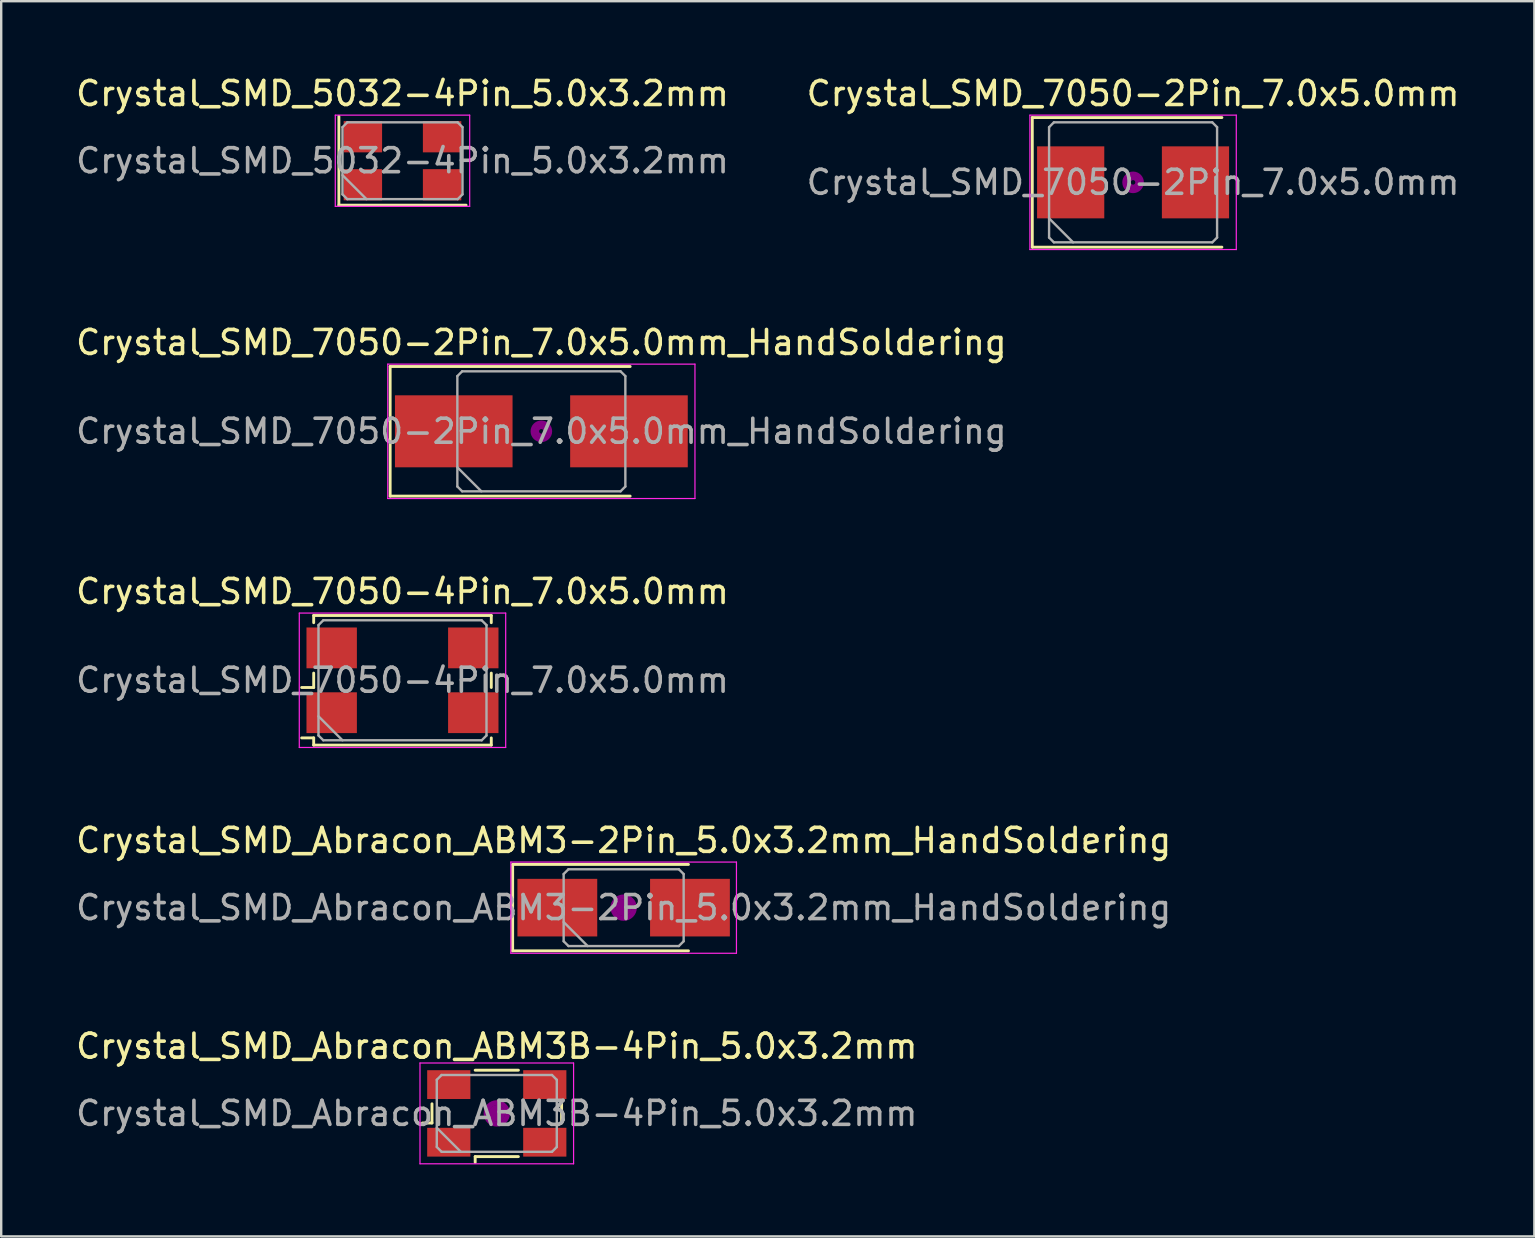
<source format=kicad_pcb>
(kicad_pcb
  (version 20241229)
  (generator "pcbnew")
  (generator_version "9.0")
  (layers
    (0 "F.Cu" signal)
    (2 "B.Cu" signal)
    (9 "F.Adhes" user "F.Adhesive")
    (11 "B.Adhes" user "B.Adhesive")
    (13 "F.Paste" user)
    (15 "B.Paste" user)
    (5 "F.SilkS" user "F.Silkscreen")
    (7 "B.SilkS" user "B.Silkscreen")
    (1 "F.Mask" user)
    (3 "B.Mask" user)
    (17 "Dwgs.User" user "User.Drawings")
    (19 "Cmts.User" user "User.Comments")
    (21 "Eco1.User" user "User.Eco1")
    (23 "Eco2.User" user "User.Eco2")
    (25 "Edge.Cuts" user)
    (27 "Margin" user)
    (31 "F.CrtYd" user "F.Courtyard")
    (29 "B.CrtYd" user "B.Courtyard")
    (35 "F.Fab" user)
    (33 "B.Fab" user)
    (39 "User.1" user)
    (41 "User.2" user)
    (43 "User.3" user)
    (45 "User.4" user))
  (footprint "Crystal_SMD_Abracon_ABM3B-4Pin_5.0x3.2mm"
    (layer "F.Cu")
    (at 17.649 43.341)
    (property "Reference" "Crystal_SMD_Abracon_ABM3B-4Pin_5.0x3.2mm" (at 0 -2.8 0) (layer "F.SilkS") (effects (font (size 1 1) (thickness 0.15))))
    (attr smd)
    (fp_line (start -3.1 0.4) (end -2.7 0.4) (stroke (width 0.12) (type solid)) (layer "F.SilkS"))
    (fp_line (start -2.7 0.4) (end -2.7 -0.4) (stroke (width 0.12) (type solid)) (layer "F.SilkS"))
    (fp_line (start -0.9 -1.8) (end 0.9 -1.8) (stroke (width 0.12) (type solid)) (layer "F.SilkS"))
    (fp_line (start -0.9 1.8) (end -0.9 2.04) (stroke (width 0.12) (type solid)) (layer "F.SilkS"))
    (fp_line (start 0.9 1.8) (end -0.9 1.8) (stroke (width 0.12) (type solid)) (layer "F.SilkS"))
    (fp_line (start 2.7 -0.4) (end 2.7 0.4) (stroke (width 0.12) (type solid)) (layer "F.SilkS"))
    (fp_circle (center 0 0) (end 0.117 0) (stroke (width 0.233) (type solid)) (fill no) (layer "F.Adhes"))
    (fp_circle (center 0 0) (end 0.267 0) (stroke (width 0.167) (type solid)) (fill no) (layer "F.Adhes"))
    (fp_circle (center 0 0) (end 0.417 0) (stroke (width 0.167) (type solid)) (fill no) (layer "F.Adhes"))
    (fp_circle (center 0 0) (end 0.5 0) (stroke (width 0.1) (type solid)) (fill no) (layer "F.Adhes"))
    (fp_line (start -3.2 -2.1) (end -3.2 2.1) (stroke (width 0.05) (type solid)) (layer "F.CrtYd"))
    (fp_line (start -3.2 2.1) (end 3.2 2.1) (stroke (width 0.05) (type solid)) (layer "F.CrtYd"))
    (fp_line (start 3.2 -2.1) (end -3.2 -2.1) (stroke (width 0.05) (type solid)) (layer "F.CrtYd"))
    (fp_line (start 3.2 2.1) (end 3.2 -2.1) (stroke (width 0.05) (type solid)) (layer "F.CrtYd"))
    (fp_line (start -2.5 -1.4) (end -2.3 -1.6) (stroke (width 0.1) (type solid)) (layer "F.Fab"))
    (fp_line (start -2.5 0.6) (end -1.5 1.6) (stroke (width 0.1) (type solid)) (layer "F.Fab"))
    (fp_line (start -2.5 1.4) (end -2.5 -1.4) (stroke (width 0.1) (type solid)) (layer "F.Fab"))
    (fp_line (start -2.3 -1.6) (end 2.3 -1.6) (stroke (width 0.1) (type solid)) (layer "F.Fab"))
    (fp_line (start -2.3 1.6) (end -2.5 1.4) (stroke (width 0.1) (type solid)) (layer "F.Fab"))
    (fp_line (start 2.3 -1.6) (end 2.5 -1.4) (stroke (width 0.1) (type solid)) (layer "F.Fab"))
    (fp_line (start 2.3 1.6) (end -2.3 1.6) (stroke (width 0.1) (type solid)) (layer "F.Fab"))
    (fp_line (start 2.5 -1.4) (end 2.5 1.4) (stroke (width 0.1) (type solid)) (layer "F.Fab"))
    (fp_line (start 2.5 1.4) (end 2.3 1.6) (stroke (width 0.1) (type solid)) (layer "F.Fab"))
    (fp_text user "${REFERENCE}" (at 0 0 0) (layer "F.Fab") (effects (font (size 1 1) (thickness 0.15))))
    (pad "1" smd rect (at -2 1.2) (size 1.8 1.2) (layers "F.Cu" "F.Mask" "F.Paste"))
    (pad "2" smd rect (at 2 1.2) (size 1.8 1.2) (layers "F.Cu" "F.Mask" "F.Paste"))
    (pad "3" smd rect (at 2 -1.2) (size 1.8 1.2) (layers "F.Cu" "F.Mask" "F.Paste"))
    (pad "4" smd rect (at -2 -1.2) (size 1.8 1.2) (layers "F.Cu" "F.Mask" "F.Paste")))
  (footprint "Crystal_SMD_Abracon_ABM3-2Pin_5.0x3.2mm_HandSoldering"
    (layer "F.Cu")
    (at 22.935 34.768)
    (property "Reference" "Crystal_SMD_Abracon_ABM3-2Pin_5.0x3.2mm_HandSoldering" (at 0 -2.8 0) (layer "F.SilkS") (effects (font (size 1 1) (thickness 0.15))))
    (attr smd)
    (fp_line (start -4.625 -1.8) (end -4.625 1.8) (stroke (width 0.12) (type solid)) (layer "F.SilkS"))
    (fp_line (start -4.625 1.8) (end 2.7 1.8) (stroke (width 0.12) (type solid)) (layer "F.SilkS"))
    (fp_line (start 2.7 -1.8) (end -4.625 -1.8) (stroke (width 0.12) (type solid)) (layer "F.SilkS"))
    (fp_circle (center 0 0) (end 0.117 0) (stroke (width 0.233) (type solid)) (fill no) (layer "F.Adhes"))
    (fp_circle (center 0 0) (end 0.267 0) (stroke (width 0.167) (type solid)) (fill no) (layer "F.Adhes"))
    (fp_circle (center 0 0) (end 0.417 0) (stroke (width 0.167) (type solid)) (fill no) (layer "F.Adhes"))
    (fp_circle (center 0 0) (end 0.5 0) (stroke (width 0.1) (type solid)) (fill no) (layer "F.Adhes"))
    (fp_line (start -4.7 -1.9) (end -4.7 1.9) (stroke (width 0.05) (type solid)) (layer "F.CrtYd"))
    (fp_line (start -4.7 1.9) (end 4.7 1.9) (stroke (width 0.05) (type solid)) (layer "F.CrtYd"))
    (fp_line (start 4.7 -1.9) (end -4.7 -1.9) (stroke (width 0.05) (type solid)) (layer "F.CrtYd"))
    (fp_line (start 4.7 1.9) (end 4.7 -1.9) (stroke (width 0.05) (type solid)) (layer "F.CrtYd"))
    (fp_line (start -2.5 -1.4) (end -2.3 -1.6) (stroke (width 0.1) (type solid)) (layer "F.Fab"))
    (fp_line (start -2.5 0.6) (end -1.5 1.6) (stroke (width 0.1) (type solid)) (layer "F.Fab"))
    (fp_line (start -2.5 1.4) (end -2.5 -1.4) (stroke (width 0.1) (type solid)) (layer "F.Fab"))
    (fp_line (start -2.3 -1.6) (end 2.3 -1.6) (stroke (width 0.1) (type solid)) (layer "F.Fab"))
    (fp_line (start -2.3 1.6) (end -2.5 1.4) (stroke (width 0.1) (type solid)) (layer "F.Fab"))
    (fp_line (start 2.3 -1.6) (end 2.5 -1.4) (stroke (width 0.1) (type solid)) (layer "F.Fab"))
    (fp_line (start 2.3 1.6) (end -2.3 1.6) (stroke (width 0.1) (type solid)) (layer "F.Fab"))
    (fp_line (start 2.5 -1.4) (end 2.5 1.4) (stroke (width 0.1) (type solid)) (layer "F.Fab"))
    (fp_line (start 2.5 1.4) (end 2.3 1.6) (stroke (width 0.1) (type solid)) (layer "F.Fab"))
    (fp_text user "${REFERENCE}" (at 0 0 0) (layer "F.Fab") (effects (font (size 1 1) (thickness 0.15))))
    (pad "1" smd rect (at -2.763 0) (size 3.325 2.4) (layers "F.Cu" "F.Mask" "F.Paste"))
    (pad "2" smd rect (at 2.763 0) (size 3.325 2.4) (layers "F.Cu" "F.Mask" "F.Paste")))
  (footprint "Crystal_SMD_7050-2Pin_7.0x5.0mm"
    (layer "F.Cu")
    (at 44.161 4.548)
    (property "Reference" "Crystal_SMD_7050-2Pin_7.0x5.0mm" (at 0 -3.7 0) (layer "F.SilkS") (effects (font (size 1 1) (thickness 0.15))))
    (attr smd)
    (fp_line (start -4.2 -2.7) (end -4.2 2.7) (stroke (width 0.12) (type solid)) (layer "F.SilkS"))
    (fp_line (start -4.2 2.7) (end 3.7 2.7) (stroke (width 0.12) (type solid)) (layer "F.SilkS"))
    (fp_line (start 3.7 -2.7) (end -4.2 -2.7) (stroke (width 0.12) (type solid)) (layer "F.SilkS"))
    (fp_circle (center 0 0) (end 0.093 0) (stroke (width 0.187) (type solid)) (fill no) (layer "F.Adhes"))
    (fp_circle (center 0 0) (end 0.213 0) (stroke (width 0.133) (type solid)) (fill no) (layer "F.Adhes"))
    (fp_circle (center 0 0) (end 0.333 0) (stroke (width 0.133) (type solid)) (fill no) (layer "F.Adhes"))
    (fp_circle (center 0 0) (end 0.4 0) (stroke (width 0.1) (type solid)) (fill no) (layer "F.Adhes"))
    (fp_line (start -4.3 -2.8) (end -4.3 2.8) (stroke (width 0.05) (type solid)) (layer "F.CrtYd"))
    (fp_line (start -4.3 2.8) (end 4.3 2.8) (stroke (width 0.05) (type solid)) (layer "F.CrtYd"))
    (fp_line (start 4.3 -2.8) (end -4.3 -2.8) (stroke (width 0.05) (type solid)) (layer "F.CrtYd"))
    (fp_line (start 4.3 2.8) (end 4.3 -2.8) (stroke (width 0.05) (type solid)) (layer "F.CrtYd"))
    (fp_line (start -3.5 -2.3) (end -3.3 -2.5) (stroke (width 0.1) (type solid)) (layer "F.Fab"))
    (fp_line (start -3.5 1.5) (end -2.5 2.5) (stroke (width 0.1) (type solid)) (layer "F.Fab"))
    (fp_line (start -3.5 2.3) (end -3.5 -2.3) (stroke (width 0.1) (type solid)) (layer "F.Fab"))
    (fp_line (start -3.3 -2.5) (end 3.3 -2.5) (stroke (width 0.1) (type solid)) (layer "F.Fab"))
    (fp_line (start -3.3 2.5) (end -3.5 2.3) (stroke (width 0.1) (type solid)) (layer "F.Fab"))
    (fp_line (start 3.3 -2.5) (end 3.5 -2.3) (stroke (width 0.1) (type solid)) (layer "F.Fab"))
    (fp_line (start 3.3 2.5) (end -3.3 2.5) (stroke (width 0.1) (type solid)) (layer "F.Fab"))
    (fp_line (start 3.5 -2.3) (end 3.5 2.3) (stroke (width 0.1) (type solid)) (layer "F.Fab"))
    (fp_line (start 3.5 2.3) (end 3.3 2.5) (stroke (width 0.1) (type solid)) (layer "F.Fab"))
    (fp_text user "${REFERENCE}" (at 0 0 0) (layer "F.Fab") (effects (font (size 1 1) (thickness 0.15))))
    (pad "1" smd rect (at -2.6 0) (size 2.8 3) (layers "F.Cu" "F.Mask" "F.Paste"))
    (pad "2" smd rect (at 2.6 0) (size 2.8 3) (layers "F.Cu" "F.Mask" "F.Paste")))
  (footprint "Crystal_SMD_7050-2Pin_7.0x5.0mm_HandSoldering"
    (layer "F.Cu")
    (at 19.506 14.921)
    (property "Reference" "Crystal_SMD_7050-2Pin_7.0x5.0mm_HandSoldering" (at 0 -3.7 0) (layer "F.SilkS") (effects (font (size 1 1) (thickness 0.15))))
    (attr smd)
    (fp_line (start -6.3 -2.7) (end -6.3 2.7) (stroke (width 0.12) (type solid)) (layer "F.SilkS"))
    (fp_line (start -6.3 2.7) (end 3.7 2.7) (stroke (width 0.12) (type solid)) (layer "F.SilkS"))
    (fp_line (start 3.7 -2.7) (end -6.3 -2.7) (stroke (width 0.12) (type solid)) (layer "F.SilkS"))
    (fp_circle (center 0 0) (end 0.093 0) (stroke (width 0.187) (type solid)) (fill no) (layer "F.Adhes"))
    (fp_circle (center 0 0) (end 0.213 0) (stroke (width 0.133) (type solid)) (fill no) (layer "F.Adhes"))
    (fp_circle (center 0 0) (end 0.333 0) (stroke (width 0.133) (type solid)) (fill no) (layer "F.Adhes"))
    (fp_circle (center 0 0) (end 0.4 0) (stroke (width 0.1) (type solid)) (fill no) (layer "F.Adhes"))
    (fp_line (start -6.4 -2.8) (end -6.4 2.8) (stroke (width 0.05) (type solid)) (layer "F.CrtYd"))
    (fp_line (start -6.4 2.8) (end 6.4 2.8) (stroke (width 0.05) (type solid)) (layer "F.CrtYd"))
    (fp_line (start 6.4 -2.8) (end -6.4 -2.8) (stroke (width 0.05) (type solid)) (layer "F.CrtYd"))
    (fp_line (start 6.4 2.8) (end 6.4 -2.8) (stroke (width 0.05) (type solid)) (layer "F.CrtYd"))
    (fp_line (start -3.5 -2.3) (end -3.3 -2.5) (stroke (width 0.1) (type solid)) (layer "F.Fab"))
    (fp_line (start -3.5 1.5) (end -2.5 2.5) (stroke (width 0.1) (type solid)) (layer "F.Fab"))
    (fp_line (start -3.5 2.3) (end -3.5 -2.3) (stroke (width 0.1) (type solid)) (layer "F.Fab"))
    (fp_line (start -3.3 -2.5) (end 3.3 -2.5) (stroke (width 0.1) (type solid)) (layer "F.Fab"))
    (fp_line (start -3.3 2.5) (end -3.5 2.3) (stroke (width 0.1) (type solid)) (layer "F.Fab"))
    (fp_line (start 3.3 -2.5) (end 3.5 -2.3) (stroke (width 0.1) (type solid)) (layer "F.Fab"))
    (fp_line (start 3.3 2.5) (end -3.3 2.5) (stroke (width 0.1) (type solid)) (layer "F.Fab"))
    (fp_line (start 3.5 -2.3) (end 3.5 2.3) (stroke (width 0.1) (type solid)) (layer "F.Fab"))
    (fp_line (start 3.5 2.3) (end 3.3 2.5) (stroke (width 0.1) (type solid)) (layer "F.Fab"))
    (fp_text user "${REFERENCE}" (at 0 0 0) (layer "F.Fab") (effects (font (size 1 1) (thickness 0.15))))
    (pad "1" smd rect (at -3.65 0) (size 4.9 3) (layers "F.Cu" "F.Mask" "F.Paste"))
    (pad "2" smd rect (at 3.65 0) (size 4.9 3) (layers "F.Cu" "F.Mask" "F.Paste")))
  (footprint "Crystal_SMD_5032-4Pin_5.0x3.2mm"
    (layer "F.Cu")
    (at 13.72 3.648)
    (property "Reference" "Crystal_SMD_5032-4Pin_5.0x3.2mm" (at 0 -2.8 0) (layer "F.SilkS") (effects (font (size 1 1) (thickness 0.15))))
    (attr smd)
    (fp_line (start -2.65 -1.85) (end -2.65 1.85) (stroke (width 0.12) (type solid)) (layer "F.SilkS"))
    (fp_line (start -2.65 1.85) (end 2.65 1.85) (stroke (width 0.12) (type solid)) (layer "F.SilkS"))
    (fp_line (start -2.8 -1.9) (end -2.8 1.9) (stroke (width 0.05) (type solid)) (layer "F.CrtYd"))
    (fp_line (start -2.8 1.9) (end 2.8 1.9) (stroke (width 0.05) (type solid)) (layer "F.CrtYd"))
    (fp_line (start 2.8 -1.9) (end -2.8 -1.9) (stroke (width 0.05) (type solid)) (layer "F.CrtYd"))
    (fp_line (start 2.8 1.9) (end 2.8 -1.9) (stroke (width 0.05) (type solid)) (layer "F.CrtYd"))
    (fp_line (start -2.5 -1.4) (end -2.3 -1.6) (stroke (width 0.1) (type solid)) (layer "F.Fab"))
    (fp_line (start -2.5 0.6) (end -1.5 1.6) (stroke (width 0.1) (type solid)) (layer "F.Fab"))
    (fp_line (start -2.5 1.4) (end -2.5 -1.4) (stroke (width 0.1) (type solid)) (layer "F.Fab"))
    (fp_line (start -2.3 -1.6) (end 2.3 -1.6) (stroke (width 0.1) (type solid)) (layer "F.Fab"))
    (fp_line (start -2.3 1.6) (end -2.5 1.4) (stroke (width 0.1) (type solid)) (layer "F.Fab"))
    (fp_line (start 2.3 -1.6) (end 2.5 -1.4) (stroke (width 0.1) (type solid)) (layer "F.Fab"))
    (fp_line (start 2.3 1.6) (end -2.3 1.6) (stroke (width 0.1) (type solid)) (layer "F.Fab"))
    (fp_line (start 2.5 -1.4) (end 2.5 1.4) (stroke (width 0.1) (type solid)) (layer "F.Fab"))
    (fp_line (start 2.5 1.4) (end 2.3 1.6) (stroke (width 0.1) (type solid)) (layer "F.Fab"))
    (fp_text user "${REFERENCE}" (at 0 0 0) (layer "F.Fab") (effects (font (size 1 1) (thickness 0.15))))
    (pad "1" smd rect (at -1.65 1) (size 1.6 1.3) (layers "F.Cu" "F.Mask" "F.Paste"))
    (pad "2" smd rect (at 1.65 1) (size 1.6 1.3) (layers "F.Cu" "F.Mask" "F.Paste"))
    (pad "3" smd rect (at 1.65 -1) (size 1.6 1.3) (layers "F.Cu" "F.Mask" "F.Paste"))
    (pad "4" smd rect (at -1.65 -1) (size 1.6 1.3) (layers "F.Cu" "F.Mask" "F.Paste")))
  (footprint "Crystal_SMD_7050-4Pin_7.0x5.0mm"
    (layer "F.Cu")
    (at 13.72 25.295)
    (property "Reference" "Crystal_SMD_7050-4Pin_7.0x5.0mm" (at 0 -3.7 0) (layer "F.SilkS") (effects (font (size 1 1) (thickness 0.15))))
    (attr smd)
    (fp_line (start -4.2 0.3) (end -3.7 0.3) (stroke (width 0.12) (type solid)) (layer "F.SilkS"))
    (fp_line (start -4.2 2.4) (end -3.7 2.4) (stroke (width 0.12) (type solid)) (layer "F.SilkS"))
    (fp_line (start -3.7 -2.7) (end 3.7 -2.7) (stroke (width 0.12) (type solid)) (layer "F.SilkS"))
    (fp_line (start -3.7 -2.4) (end -3.7 -2.7) (stroke (width 0.12) (type solid)) (layer "F.SilkS"))
    (fp_line (start -3.7 0.3) (end -3.7 -0.3) (stroke (width 0.12) (type solid)) (layer "F.SilkS"))
    (fp_line (start -3.7 2.4) (end -3.7 2.7) (stroke (width 0.12) (type solid)) (layer "F.SilkS"))
    (fp_line (start -3.7 2.7) (end 3.7 2.7) (stroke (width 0.12) (type solid)) (layer "F.SilkS"))
    (fp_line (start 3.7 -2.7) (end 3.7 -2.4) (stroke (width 0.12) (type solid)) (layer "F.SilkS"))
    (fp_line (start 3.7 -0.3) (end 3.7 0.3) (stroke (width 0.12) (type solid)) (layer "F.SilkS"))
    (fp_line (start 3.7 2.7) (end 3.7 2.4) (stroke (width 0.12) (type solid)) (layer "F.SilkS"))
    (fp_line (start -4.3 -2.8) (end -4.3 2.8) (stroke (width 0.05) (type solid)) (layer "F.CrtYd"))
    (fp_line (start -4.3 2.8) (end 4.3 2.8) (stroke (width 0.05) (type solid)) (layer "F.CrtYd"))
    (fp_line (start 4.3 -2.8) (end -4.3 -2.8) (stroke (width 0.05) (type solid)) (layer "F.CrtYd"))
    (fp_line (start 4.3 2.8) (end 4.3 -2.8) (stroke (width 0.05) (type solid)) (layer "F.CrtYd"))
    (fp_line (start -3.5 -2.3) (end -3.3 -2.5) (stroke (width 0.1) (type solid)) (layer "F.Fab"))
    (fp_line (start -3.5 1.5) (end -2.5 2.5) (stroke (width 0.1) (type solid)) (layer "F.Fab"))
    (fp_line (start -3.5 2.3) (end -3.5 -2.3) (stroke (width 0.1) (type solid)) (layer "F.Fab"))
    (fp_line (start -3.3 -2.5) (end 3.3 -2.5) (stroke (width 0.1) (type solid)) (layer "F.Fab"))
    (fp_line (start -3.3 2.5) (end -3.5 2.3) (stroke (width 0.1) (type solid)) (layer "F.Fab"))
    (fp_line (start 3.3 -2.5) (end 3.5 -2.3) (stroke (width 0.1) (type solid)) (layer "F.Fab"))
    (fp_line (start 3.3 2.5) (end -3.3 2.5) (stroke (width 0.1) (type solid)) (layer "F.Fab"))
    (fp_line (start 3.5 -2.3) (end 3.5 2.3) (stroke (width 0.1) (type solid)) (layer "F.Fab"))
    (fp_line (start 3.5 2.3) (end 3.3 2.5) (stroke (width 0.1) (type solid)) (layer "F.Fab"))
    (fp_text user "${REFERENCE}" (at 0 0 0) (layer "F.Fab") (effects (font (size 1 1) (thickness 0.15))))
    (pad "1" smd rect (at -2.95 1.35) (size 2.1 1.7) (layers "F.Cu" "F.Mask" "F.Paste"))
    (pad "2" smd rect (at 2.95 1.35) (size 2.1 1.7) (layers "F.Cu" "F.Mask" "F.Paste"))
    (pad "3" smd rect (at 2.95 -1.35) (size 2.1 1.7) (layers "F.Cu" "F.Mask" "F.Paste"))
    (pad "4" smd rect (at -2.95 -1.35) (size 2.1 1.7) (layers "F.Cu" "F.Mask" "F.Paste")))
  (gr_rect
    (start -3 -3)
    (end 60.881 48.466)
    (stroke (width 0.1) (type default))
    (fill no)
    (layer "Edge.Cuts")))
</source>
